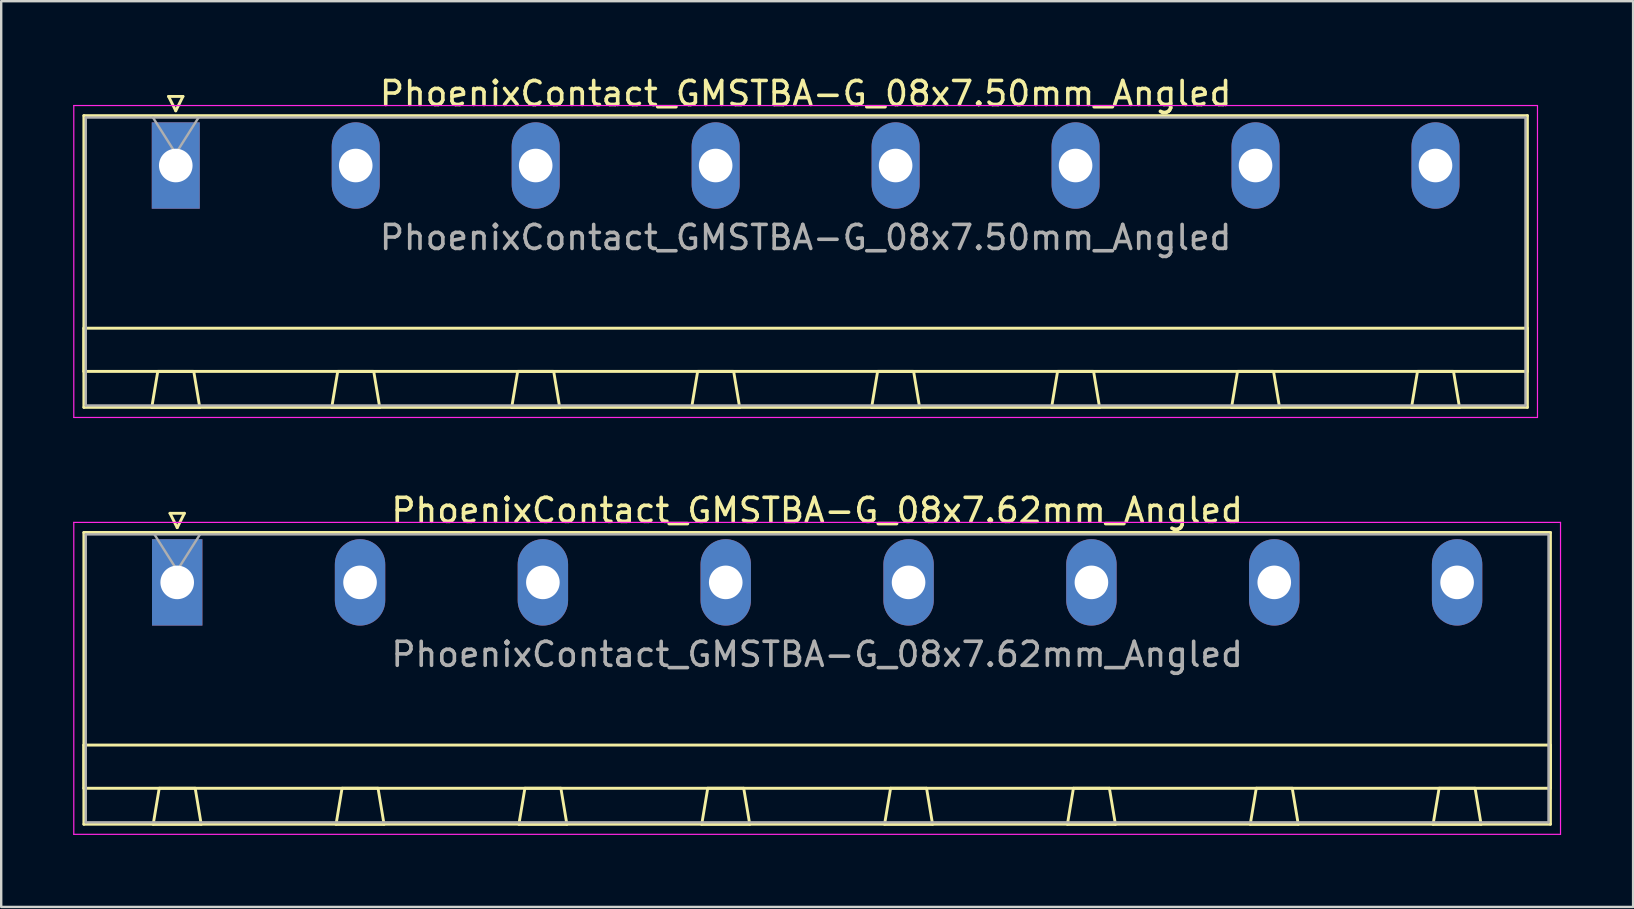
<source format=kicad_pcb>
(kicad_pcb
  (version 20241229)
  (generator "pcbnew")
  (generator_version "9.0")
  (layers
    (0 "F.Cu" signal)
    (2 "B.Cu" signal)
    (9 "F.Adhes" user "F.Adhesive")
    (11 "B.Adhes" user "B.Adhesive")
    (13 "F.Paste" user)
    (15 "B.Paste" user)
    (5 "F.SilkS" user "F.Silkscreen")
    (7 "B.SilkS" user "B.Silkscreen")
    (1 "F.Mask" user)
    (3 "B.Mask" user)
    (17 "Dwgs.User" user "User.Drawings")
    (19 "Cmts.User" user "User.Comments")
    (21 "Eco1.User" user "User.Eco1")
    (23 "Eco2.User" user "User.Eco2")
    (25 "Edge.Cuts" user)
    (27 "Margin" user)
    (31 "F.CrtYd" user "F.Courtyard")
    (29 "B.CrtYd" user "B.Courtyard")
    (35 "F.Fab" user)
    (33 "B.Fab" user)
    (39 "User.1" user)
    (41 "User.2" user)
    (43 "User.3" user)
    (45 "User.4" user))
  (footprint "PhoenixContact_GMSTBA-G_08x7.50mm_Angled"
    (layer "F.Cu")
    (at 4.275 3.848)
    (property "Reference" "PhoenixContact_GMSTBA-G_08x7.50mm_Angled" (at 26.25 -3 0) (layer "F.SilkS") (effects (font (size 1 1) (thickness 0.15))))
    (attr through_hole)
    (fp_line (start -3.83 -2.08) (end -3.83 10.08) (stroke (width 0.12) (type solid)) (layer "F.SilkS"))
    (fp_line (start -3.83 6.78) (end 56.33 6.78) (stroke (width 0.12) (type solid)) (layer "F.SilkS"))
    (fp_line (start -3.83 8.58) (end -3.83 6.78) (stroke (width 0.12) (type solid)) (layer "F.SilkS"))
    (fp_line (start -3.83 10.08) (end 56.33 10.08) (stroke (width 0.12) (type solid)) (layer "F.SilkS"))
    (fp_line (start -1 10.08) (end 1 10.08) (stroke (width 0.12) (type solid)) (layer "F.SilkS"))
    (fp_line (start -0.75 8.58) (end -1 10.08) (stroke (width 0.12) (type solid)) (layer "F.SilkS"))
    (fp_line (start -0.3 -2.88) (end 0.3 -2.88) (stroke (width 0.12) (type solid)) (layer "F.SilkS"))
    (fp_line (start 0 -2.28) (end -0.3 -2.88) (stroke (width 0.12) (type solid)) (layer "F.SilkS"))
    (fp_line (start 0.3 -2.88) (end 0 -2.28) (stroke (width 0.12) (type solid)) (layer "F.SilkS"))
    (fp_line (start 0.75 8.58) (end -0.75 8.58) (stroke (width 0.12) (type solid)) (layer "F.SilkS"))
    (fp_line (start 1 10.08) (end 0.75 8.58) (stroke (width 0.12) (type solid)) (layer "F.SilkS"))
    (fp_line (start 6.5 10.08) (end 8.5 10.08) (stroke (width 0.12) (type solid)) (layer "F.SilkS"))
    (fp_line (start 6.75 8.58) (end 6.5 10.08) (stroke (width 0.12) (type solid)) (layer "F.SilkS"))
    (fp_line (start 8.25 8.58) (end 6.75 8.58) (stroke (width 0.12) (type solid)) (layer "F.SilkS"))
    (fp_line (start 8.5 10.08) (end 8.25 8.58) (stroke (width 0.12) (type solid)) (layer "F.SilkS"))
    (fp_line (start 14 10.08) (end 16 10.08) (stroke (width 0.12) (type solid)) (layer "F.SilkS"))
    (fp_line (start 14.25 8.58) (end 14 10.08) (stroke (width 0.12) (type solid)) (layer "F.SilkS"))
    (fp_line (start 15.75 8.58) (end 14.25 8.58) (stroke (width 0.12) (type solid)) (layer "F.SilkS"))
    (fp_line (start 16 10.08) (end 15.75 8.58) (stroke (width 0.12) (type solid)) (layer "F.SilkS"))
    (fp_line (start 21.5 10.08) (end 23.5 10.08) (stroke (width 0.12) (type solid)) (layer "F.SilkS"))
    (fp_line (start 21.75 8.58) (end 21.5 10.08) (stroke (width 0.12) (type solid)) (layer "F.SilkS"))
    (fp_line (start 23.25 8.58) (end 21.75 8.58) (stroke (width 0.12) (type solid)) (layer "F.SilkS"))
    (fp_line (start 23.5 10.08) (end 23.25 8.58) (stroke (width 0.12) (type solid)) (layer "F.SilkS"))
    (fp_line (start 29 10.08) (end 31 10.08) (stroke (width 0.12) (type solid)) (layer "F.SilkS"))
    (fp_line (start 29.25 8.58) (end 29 10.08) (stroke (width 0.12) (type solid)) (layer "F.SilkS"))
    (fp_line (start 30.75 8.58) (end 29.25 8.58) (stroke (width 0.12) (type solid)) (layer "F.SilkS"))
    (fp_line (start 31 10.08) (end 30.75 8.58) (stroke (width 0.12) (type solid)) (layer "F.SilkS"))
    (fp_line (start 36.5 10.08) (end 38.5 10.08) (stroke (width 0.12) (type solid)) (layer "F.SilkS"))
    (fp_line (start 36.75 8.58) (end 36.5 10.08) (stroke (width 0.12) (type solid)) (layer "F.SilkS"))
    (fp_line (start 38.25 8.58) (end 36.75 8.58) (stroke (width 0.12) (type solid)) (layer "F.SilkS"))
    (fp_line (start 38.5 10.08) (end 38.25 8.58) (stroke (width 0.12) (type solid)) (layer "F.SilkS"))
    (fp_line (start 44 10.08) (end 46 10.08) (stroke (width 0.12) (type solid)) (layer "F.SilkS"))
    (fp_line (start 44.25 8.58) (end 44 10.08) (stroke (width 0.12) (type solid)) (layer "F.SilkS"))
    (fp_line (start 45.75 8.58) (end 44.25 8.58) (stroke (width 0.12) (type solid)) (layer "F.SilkS"))
    (fp_line (start 46 10.08) (end 45.75 8.58) (stroke (width 0.12) (type solid)) (layer "F.SilkS"))
    (fp_line (start 51.5 10.08) (end 53.5 10.08) (stroke (width 0.12) (type solid)) (layer "F.SilkS"))
    (fp_line (start 51.75 8.58) (end 51.5 10.08) (stroke (width 0.12) (type solid)) (layer "F.SilkS"))
    (fp_line (start 53.25 8.58) (end 51.75 8.58) (stroke (width 0.12) (type solid)) (layer "F.SilkS"))
    (fp_line (start 53.5 10.08) (end 53.25 8.58) (stroke (width 0.12) (type solid)) (layer "F.SilkS"))
    (fp_line (start 56.33 -2.08) (end -3.83 -2.08) (stroke (width 0.12) (type solid)) (layer "F.SilkS"))
    (fp_line (start 56.33 6.78) (end 56.33 8.58) (stroke (width 0.12) (type solid)) (layer "F.SilkS"))
    (fp_line (start 56.33 8.58) (end -3.83 8.58) (stroke (width 0.12) (type solid)) (layer "F.SilkS"))
    (fp_line (start 56.33 10.08) (end 56.33 -2.08) (stroke (width 0.12) (type solid)) (layer "F.SilkS"))
    (fp_line (start -4.25 -2.5) (end -4.25 10.5) (stroke (width 0.05) (type solid)) (layer "F.CrtYd"))
    (fp_line (start -4.25 10.5) (end 56.75 10.5) (stroke (width 0.05) (type solid)) (layer "F.CrtYd"))
    (fp_line (start 56.75 -2.5) (end -4.25 -2.5) (stroke (width 0.05) (type solid)) (layer "F.CrtYd"))
    (fp_line (start 56.75 10.5) (end 56.75 -2.5) (stroke (width 0.05) (type solid)) (layer "F.CrtYd"))
    (fp_line (start -3.75 -2) (end -3.75 10) (stroke (width 0.1) (type solid)) (layer "F.Fab"))
    (fp_line (start -3.75 10) (end 56.25 10) (stroke (width 0.1) (type solid)) (layer "F.Fab"))
    (fp_line (start 0 -0.5) (end -0.95 -2) (stroke (width 0.1) (type solid)) (layer "F.Fab"))
    (fp_line (start 0.95 -2) (end 0 -0.5) (stroke (width 0.1) (type solid)) (layer "F.Fab"))
    (fp_line (start 56.25 -2) (end -3.75 -2) (stroke (width 0.1) (type solid)) (layer "F.Fab"))
    (fp_line (start 56.25 10) (end 56.25 -2) (stroke (width 0.1) (type solid)) (layer "F.Fab"))
    (fp_text user "${REFERENCE}" (at 26.25 3 0) (layer "F.Fab") (effects (font (size 1 1) (thickness 0.15))))
    (pad "1" thru_hole rect (at 0 0) (size 2 3.6) (drill 1.4) (layers "*.Cu" "*.Mask"))
    (pad "2" thru_hole oval (at 7.5 0) (size 2 3.6) (drill 1.4) (layers "*.Cu" "*.Mask"))
    (pad "3" thru_hole oval (at 15 0) (size 2 3.6) (drill 1.4) (layers "*.Cu" "*.Mask"))
    (pad "4" thru_hole oval (at 22.5 0) (size 2 3.6) (drill 1.4) (layers "*.Cu" "*.Mask"))
    (pad "5" thru_hole oval (at 30 0) (size 2 3.6) (drill 1.4) (layers "*.Cu" "*.Mask"))
    (pad "6" thru_hole oval (at 37.5 0) (size 2 3.6) (drill 1.4) (layers "*.Cu" "*.Mask"))
    (pad "7" thru_hole oval (at 45 0) (size 2 3.6) (drill 1.4) (layers "*.Cu" "*.Mask"))
    (pad "8" thru_hole oval (at 52.5 0) (size 2 3.6) (drill 1.4) (layers "*.Cu" "*.Mask")))
  (footprint "PhoenixContact_GMSTBA-G_08x7.62mm_Angled"
    (layer "F.Cu")
    (at 4.335 21.221)
    (property "Reference" "PhoenixContact_GMSTBA-G_08x7.62mm_Angled" (at 26.67 -3 0) (layer "F.SilkS") (effects (font (size 1 1) (thickness 0.15))))
    (attr through_hole)
    (fp_line (start -3.89 -2.08) (end -3.89 10.08) (stroke (width 0.12) (type solid)) (layer "F.SilkS"))
    (fp_line (start -3.89 6.78) (end 57.23 6.78) (stroke (width 0.12) (type solid)) (layer "F.SilkS"))
    (fp_line (start -3.89 8.58) (end -3.89 6.78) (stroke (width 0.12) (type solid)) (layer "F.SilkS"))
    (fp_line (start -3.89 10.08) (end 57.23 10.08) (stroke (width 0.12) (type solid)) (layer "F.SilkS"))
    (fp_line (start -1 10.08) (end 1 10.08) (stroke (width 0.12) (type solid)) (layer "F.SilkS"))
    (fp_line (start -0.75 8.58) (end -1 10.08) (stroke (width 0.12) (type solid)) (layer "F.SilkS"))
    (fp_line (start -0.3 -2.88) (end 0.3 -2.88) (stroke (width 0.12) (type solid)) (layer "F.SilkS"))
    (fp_line (start 0 -2.28) (end -0.3 -2.88) (stroke (width 0.12) (type solid)) (layer "F.SilkS"))
    (fp_line (start 0.3 -2.88) (end 0 -2.28) (stroke (width 0.12) (type solid)) (layer "F.SilkS"))
    (fp_line (start 0.75 8.58) (end -0.75 8.58) (stroke (width 0.12) (type solid)) (layer "F.SilkS"))
    (fp_line (start 1 10.08) (end 0.75 8.58) (stroke (width 0.12) (type solid)) (layer "F.SilkS"))
    (fp_line (start 6.62 10.08) (end 8.62 10.08) (stroke (width 0.12) (type solid)) (layer "F.SilkS"))
    (fp_line (start 6.87 8.58) (end 6.62 10.08) (stroke (width 0.12) (type solid)) (layer "F.SilkS"))
    (fp_line (start 8.37 8.58) (end 6.87 8.58) (stroke (width 0.12) (type solid)) (layer "F.SilkS"))
    (fp_line (start 8.62 10.08) (end 8.37 8.58) (stroke (width 0.12) (type solid)) (layer "F.SilkS"))
    (fp_line (start 14.24 10.08) (end 16.24 10.08) (stroke (width 0.12) (type solid)) (layer "F.SilkS"))
    (fp_line (start 14.49 8.58) (end 14.24 10.08) (stroke (width 0.12) (type solid)) (layer "F.SilkS"))
    (fp_line (start 15.99 8.58) (end 14.49 8.58) (stroke (width 0.12) (type solid)) (layer "F.SilkS"))
    (fp_line (start 16.24 10.08) (end 15.99 8.58) (stroke (width 0.12) (type solid)) (layer "F.SilkS"))
    (fp_line (start 21.86 10.08) (end 23.86 10.08) (stroke (width 0.12) (type solid)) (layer "F.SilkS"))
    (fp_line (start 22.11 8.58) (end 21.86 10.08) (stroke (width 0.12) (type solid)) (layer "F.SilkS"))
    (fp_line (start 23.61 8.58) (end 22.11 8.58) (stroke (width 0.12) (type solid)) (layer "F.SilkS"))
    (fp_line (start 23.86 10.08) (end 23.61 8.58) (stroke (width 0.12) (type solid)) (layer "F.SilkS"))
    (fp_line (start 29.48 10.08) (end 31.48 10.08) (stroke (width 0.12) (type solid)) (layer "F.SilkS"))
    (fp_line (start 29.73 8.58) (end 29.48 10.08) (stroke (width 0.12) (type solid)) (layer "F.SilkS"))
    (fp_line (start 31.23 8.58) (end 29.73 8.58) (stroke (width 0.12) (type solid)) (layer "F.SilkS"))
    (fp_line (start 31.48 10.08) (end 31.23 8.58) (stroke (width 0.12) (type solid)) (layer "F.SilkS"))
    (fp_line (start 37.1 10.08) (end 39.1 10.08) (stroke (width 0.12) (type solid)) (layer "F.SilkS"))
    (fp_line (start 37.35 8.58) (end 37.1 10.08) (stroke (width 0.12) (type solid)) (layer "F.SilkS"))
    (fp_line (start 38.85 8.58) (end 37.35 8.58) (stroke (width 0.12) (type solid)) (layer "F.SilkS"))
    (fp_line (start 39.1 10.08) (end 38.85 8.58) (stroke (width 0.12) (type solid)) (layer "F.SilkS"))
    (fp_line (start 44.72 10.08) (end 46.72 10.08) (stroke (width 0.12) (type solid)) (layer "F.SilkS"))
    (fp_line (start 44.97 8.58) (end 44.72 10.08) (stroke (width 0.12) (type solid)) (layer "F.SilkS"))
    (fp_line (start 46.47 8.58) (end 44.97 8.58) (stroke (width 0.12) (type solid)) (layer "F.SilkS"))
    (fp_line (start 46.72 10.08) (end 46.47 8.58) (stroke (width 0.12) (type solid)) (layer "F.SilkS"))
    (fp_line (start 52.34 10.08) (end 54.34 10.08) (stroke (width 0.12) (type solid)) (layer "F.SilkS"))
    (fp_line (start 52.59 8.58) (end 52.34 10.08) (stroke (width 0.12) (type solid)) (layer "F.SilkS"))
    (fp_line (start 54.09 8.58) (end 52.59 8.58) (stroke (width 0.12) (type solid)) (layer "F.SilkS"))
    (fp_line (start 54.34 10.08) (end 54.09 8.58) (stroke (width 0.12) (type solid)) (layer "F.SilkS"))
    (fp_line (start 57.23 -2.08) (end -3.89 -2.08) (stroke (width 0.12) (type solid)) (layer "F.SilkS"))
    (fp_line (start 57.23 6.78) (end 57.23 8.58) (stroke (width 0.12) (type solid)) (layer "F.SilkS"))
    (fp_line (start 57.23 8.58) (end -3.89 8.58) (stroke (width 0.12) (type solid)) (layer "F.SilkS"))
    (fp_line (start 57.23 10.08) (end 57.23 -2.08) (stroke (width 0.12) (type solid)) (layer "F.SilkS"))
    (fp_line (start -4.31 -2.5) (end -4.31 10.5) (stroke (width 0.05) (type solid)) (layer "F.CrtYd"))
    (fp_line (start -4.31 10.5) (end 57.65 10.5) (stroke (width 0.05) (type solid)) (layer "F.CrtYd"))
    (fp_line (start 57.65 -2.5) (end -4.31 -2.5) (stroke (width 0.05) (type solid)) (layer "F.CrtYd"))
    (fp_line (start 57.65 10.5) (end 57.65 -2.5) (stroke (width 0.05) (type solid)) (layer "F.CrtYd"))
    (fp_line (start -3.81 -2) (end -3.81 10) (stroke (width 0.1) (type solid)) (layer "F.Fab"))
    (fp_line (start -3.81 10) (end 57.15 10) (stroke (width 0.1) (type solid)) (layer "F.Fab"))
    (fp_line (start 0 -0.5) (end -0.95 -2) (stroke (width 0.1) (type solid)) (layer "F.Fab"))
    (fp_line (start 0.95 -2) (end 0 -0.5) (stroke (width 0.1) (type solid)) (layer "F.Fab"))
    (fp_line (start 57.15 -2) (end -3.81 -2) (stroke (width 0.1) (type solid)) (layer "F.Fab"))
    (fp_line (start 57.15 10) (end 57.15 -2) (stroke (width 0.1) (type solid)) (layer "F.Fab"))
    (fp_text user "${REFERENCE}" (at 26.67 3 0) (layer "F.Fab") (effects (font (size 1 1) (thickness 0.15))))
    (pad "1" thru_hole rect (at 0 0) (size 2.1 3.6) (drill 1.4) (layers "*.Cu" "*.Mask"))
    (pad "2" thru_hole oval (at 7.62 0) (size 2.1 3.6) (drill 1.4) (layers "*.Cu" "*.Mask"))
    (pad "3" thru_hole oval (at 15.24 0) (size 2.1 3.6) (drill 1.4) (layers "*.Cu" "*.Mask"))
    (pad "4" thru_hole oval (at 22.86 0) (size 2.1 3.6) (drill 1.4) (layers "*.Cu" "*.Mask"))
    (pad "5" thru_hole oval (at 30.48 0) (size 2.1 3.6) (drill 1.4) (layers "*.Cu" "*.Mask"))
    (pad "6" thru_hole oval (at 38.1 0) (size 2.1 3.6) (drill 1.4) (layers "*.Cu" "*.Mask"))
    (pad "7" thru_hole oval (at 45.72 0) (size 2.1 3.6) (drill 1.4) (layers "*.Cu" "*.Mask"))
    (pad "8" thru_hole oval (at 53.34 0) (size 2.1 3.6) (drill 1.4) (layers "*.Cu" "*.Mask")))
  (gr_rect
    (start -3 -3)
    (end 65.01 34.746)
    (stroke (width 0.1) (type default))
    (fill no)
    (layer "Edge.Cuts")))
</source>
